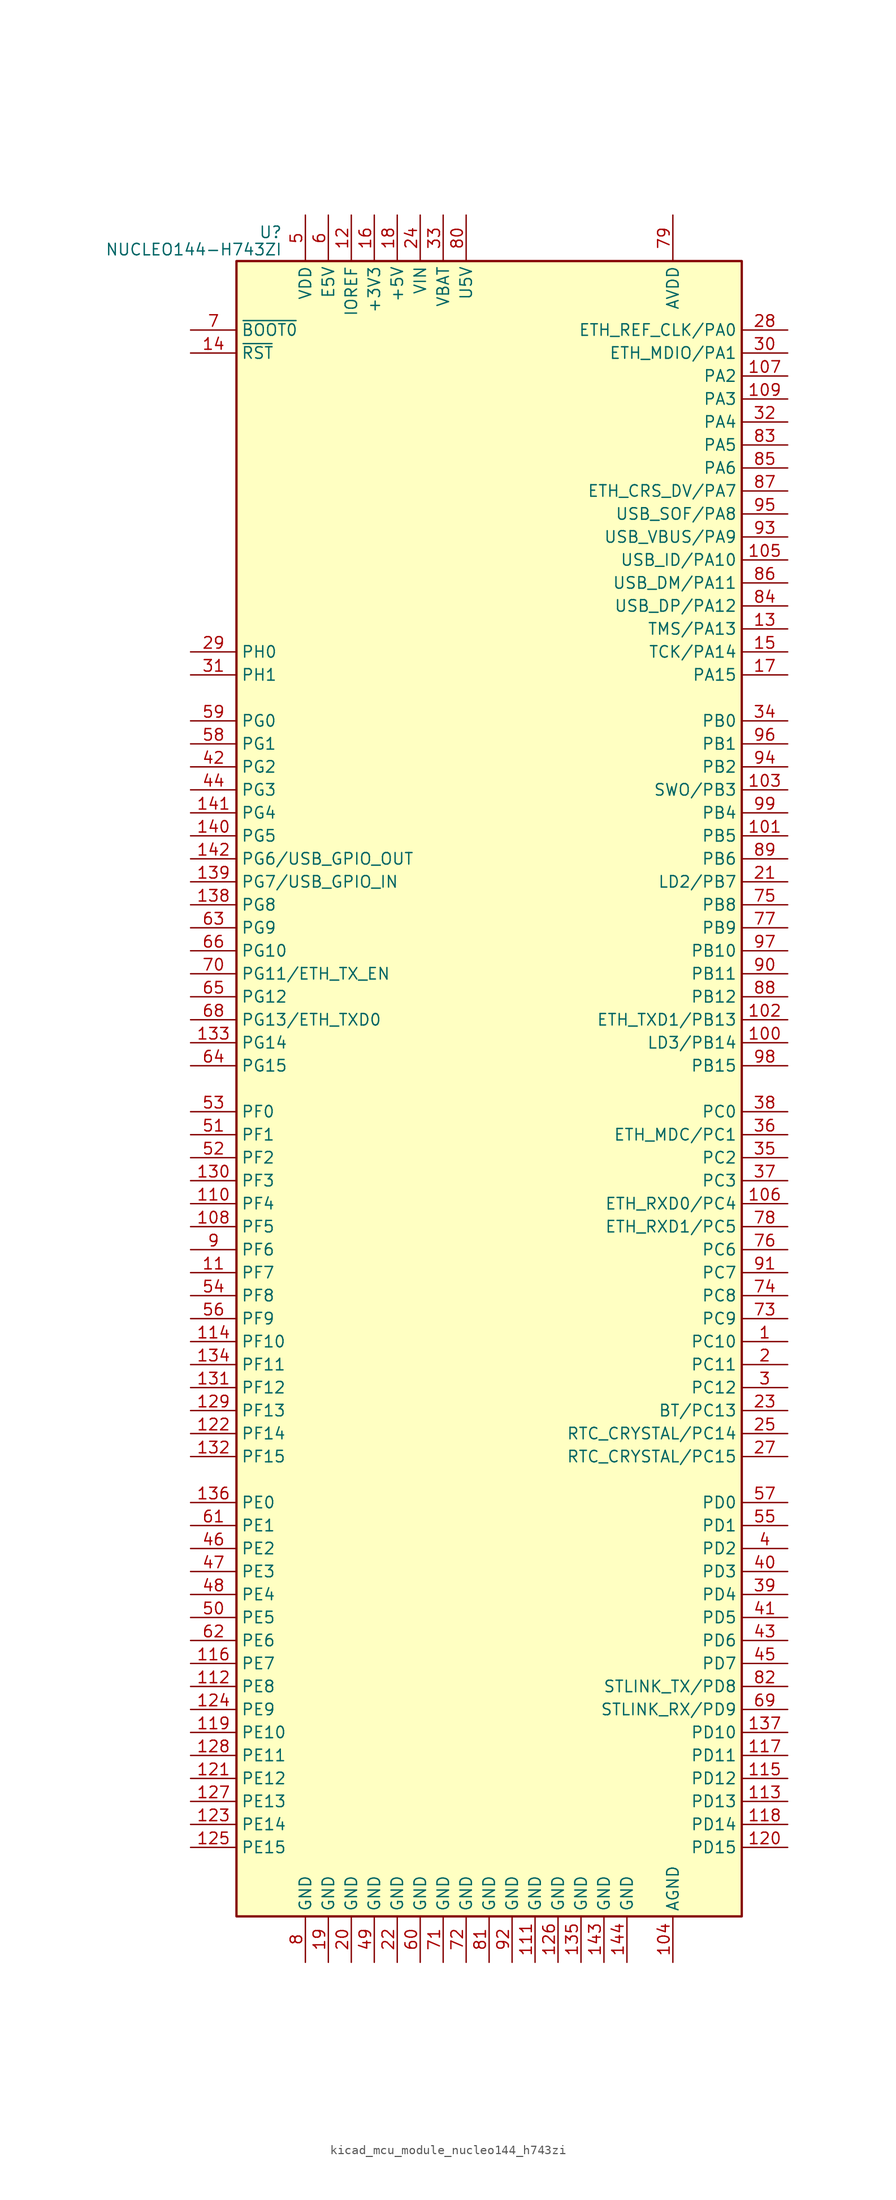
<source format=kicad_sym>
(kicad_symbol_lib
  (version 20220914)
  (generator kicad_symbol_editor)
  (symbol "kicad_mcu_module_nucleo144_h743zi"
    (property "Reference" "U"
      (at -22.86 94.615 0)
      (effects (font (size 1.27 1.27)) (justify right)))
    (property "Value" "NUCLEO144-H743ZI"
      (at -22.86 92.71 0)
      (effects (font (size 1.27 1.27)) (justify right)))
    (symbol "kicad_mcu_module_nucleo144_h743zi_0_1"
      (rectangle (start -27.94 -91.44) (end 27.94 91.44) (stroke (width 0.254) (type default)) (fill (type background))))
    (symbol "kicad_mcu_module_nucleo144_h743zi_1_1"
      (pin bidirectional line (at 33.02 -27.94 180) (length 5.08) (name "PC10" (effects (font (size 1.27 1.27)))) (number "1" (effects (font (size 1.27 1.27)))))
      (pin no_connect line (at -27.94 55.88 0) (length 5.08) hide (name "NC" (effects (font (size 1.27 1.27)))) (number "10" (effects (font (size 1.27 1.27)))))
      (pin bidirectional line (at 33.02 5.08 180) (length 5.08) (name "LD3/PB14" (effects (font (size 1.27 1.27)))) (number "100" (effects (font (size 1.27 1.27)))))
      (pin bidirectional line (at 33.02 27.94 180) (length 5.08) (name "PB5" (effects (font (size 1.27 1.27)))) (number "101" (effects (font (size 1.27 1.27)))))
      (pin bidirectional line (at 33.02 7.62 180) (length 5.08) (name "ETH_TXD1/PB13" (effects (font (size 1.27 1.27)))) (number "102" (effects (font (size 1.27 1.27)))))
      (pin bidirectional line (at 33.02 33.02 180) (length 5.08) (name "SWO/PB3" (effects (font (size 1.27 1.27)))) (number "103" (effects (font (size 1.27 1.27)))))
      (pin power_in line (at 20.32 -96.52 90) (length 5.08) (name "AGND" (effects (font (size 1.27 1.27)))) (number "104" (effects (font (size 1.27 1.27)))))
      (pin bidirectional line (at 33.02 58.42 180) (length 5.08) (name "USB_ID/PA10" (effects (font (size 1.27 1.27)))) (number "105" (effects (font (size 1.27 1.27)))))
      (pin bidirectional line (at 33.02 -12.7 180) (length 5.08) (name "ETH_RXD0/PC4" (effects (font (size 1.27 1.27)))) (number "106" (effects (font (size 1.27 1.27)))))
      (pin bidirectional line (at 33.02 78.74 180) (length 5.08) (name "PA2" (effects (font (size 1.27 1.27)))) (number "107" (effects (font (size 1.27 1.27)))))
      (pin bidirectional line (at -33.02 -15.24 0) (length 5.08) (name "PF5" (effects (font (size 1.27 1.27)))) (number "108" (effects (font (size 1.27 1.27)))))
      (pin bidirectional line (at 33.02 76.2 180) (length 5.08) (name "PA3" (effects (font (size 1.27 1.27)))) (number "109" (effects (font (size 1.27 1.27)))))
      (pin bidirectional line (at -33.02 -20.32 0) (length 5.08) (name "PF7" (effects (font (size 1.27 1.27)))) (number "11" (effects (font (size 1.27 1.27)))))
      (pin bidirectional line (at -33.02 -12.7 0) (length 5.08) (name "PF4" (effects (font (size 1.27 1.27)))) (number "110" (effects (font (size 1.27 1.27)))))
      (pin power_in line (at 5.08 -96.52 90) (length 5.08) (name "GND" (effects (font (size 1.27 1.27)))) (number "111" (effects (font (size 1.27 1.27)))))
      (pin bidirectional line (at -33.02 -66.04 0) (length 5.08) (name "PE8" (effects (font (size 1.27 1.27)))) (number "112" (effects (font (size 1.27 1.27)))))
      (pin bidirectional line (at 33.02 -78.74 180) (length 5.08) (name "PD13" (effects (font (size 1.27 1.27)))) (number "113" (effects (font (size 1.27 1.27)))))
      (pin bidirectional line (at -33.02 -27.94 0) (length 5.08) (name "PF10" (effects (font (size 1.27 1.27)))) (number "114" (effects (font (size 1.27 1.27)))))
      (pin bidirectional line (at 33.02 -76.2 180) (length 5.08) (name "PD12" (effects (font (size 1.27 1.27)))) (number "115" (effects (font (size 1.27 1.27)))))
      (pin bidirectional line (at -33.02 -63.5 0) (length 5.08) (name "PE7" (effects (font (size 1.27 1.27)))) (number "116" (effects (font (size 1.27 1.27)))))
      (pin bidirectional line (at 33.02 -73.66 180) (length 5.08) (name "PD11" (effects (font (size 1.27 1.27)))) (number "117" (effects (font (size 1.27 1.27)))))
      (pin bidirectional line (at 33.02 -81.28 180) (length 5.08) (name "PD14" (effects (font (size 1.27 1.27)))) (number "118" (effects (font (size 1.27 1.27)))))
      (pin bidirectional line (at -33.02 -71.12 0) (length 5.08) (name "PE10" (effects (font (size 1.27 1.27)))) (number "119" (effects (font (size 1.27 1.27)))))
      (pin power_in line (at -15.24 96.52 270) (length 5.08) (name "IOREF" (effects (font (size 1.27 1.27)))) (number "12" (effects (font (size 1.27 1.27)))))
      (pin bidirectional line (at 33.02 -83.82 180) (length 5.08) (name "PD15" (effects (font (size 1.27 1.27)))) (number "120" (effects (font (size 1.27 1.27)))))
      (pin bidirectional line (at -33.02 -76.2 0) (length 5.08) (name "PE12" (effects (font (size 1.27 1.27)))) (number "121" (effects (font (size 1.27 1.27)))))
      (pin bidirectional line (at -33.02 -38.1 0) (length 5.08) (name "PF14" (effects (font (size 1.27 1.27)))) (number "122" (effects (font (size 1.27 1.27)))))
      (pin bidirectional line (at -33.02 -81.28 0) (length 5.08) (name "PE14" (effects (font (size 1.27 1.27)))) (number "123" (effects (font (size 1.27 1.27)))))
      (pin bidirectional line (at -33.02 -68.58 0) (length 5.08) (name "PE9" (effects (font (size 1.27 1.27)))) (number "124" (effects (font (size 1.27 1.27)))))
      (pin bidirectional line (at -33.02 -83.82 0) (length 5.08) (name "PE15" (effects (font (size 1.27 1.27)))) (number "125" (effects (font (size 1.27 1.27)))))
      (pin power_in line (at 7.62 -96.52 90) (length 5.08) (name "GND" (effects (font (size 1.27 1.27)))) (number "126" (effects (font (size 1.27 1.27)))))
      (pin bidirectional line (at -33.02 -78.74 0) (length 5.08) (name "PE13" (effects (font (size 1.27 1.27)))) (number "127" (effects (font (size 1.27 1.27)))))
      (pin bidirectional line (at -33.02 -73.66 0) (length 5.08) (name "PE11" (effects (font (size 1.27 1.27)))) (number "128" (effects (font (size 1.27 1.27)))))
      (pin bidirectional line (at -33.02 -35.56 0) (length 5.08) (name "PF13" (effects (font (size 1.27 1.27)))) (number "129" (effects (font (size 1.27 1.27)))))
      (pin bidirectional line (at 33.02 50.8 180) (length 5.08) (name "TMS/PA13" (effects (font (size 1.27 1.27)))) (number "13" (effects (font (size 1.27 1.27)))))
      (pin bidirectional line (at -33.02 -10.16 0) (length 5.08) (name "PF3" (effects (font (size 1.27 1.27)))) (number "130" (effects (font (size 1.27 1.27)))))
      (pin bidirectional line (at -33.02 -33.02 0) (length 5.08) (name "PF12" (effects (font (size 1.27 1.27)))) (number "131" (effects (font (size 1.27 1.27)))))
      (pin bidirectional line (at -33.02 -40.64 0) (length 5.08) (name "PF15" (effects (font (size 1.27 1.27)))) (number "132" (effects (font (size 1.27 1.27)))))
      (pin bidirectional line (at -33.02 5.08 0) (length 5.08) (name "PG14" (effects (font (size 1.27 1.27)))) (number "133" (effects (font (size 1.27 1.27)))))
      (pin bidirectional line (at -33.02 -30.48 0) (length 5.08) (name "PF11" (effects (font (size 1.27 1.27)))) (number "134" (effects (font (size 1.27 1.27)))))
      (pin power_in line (at 10.16 -96.52 90) (length 5.08) (name "GND" (effects (font (size 1.27 1.27)))) (number "135" (effects (font (size 1.27 1.27)))))
      (pin bidirectional line (at -33.02 -45.72 0) (length 5.08) (name "PE0" (effects (font (size 1.27 1.27)))) (number "136" (effects (font (size 1.27 1.27)))))
      (pin bidirectional line (at 33.02 -71.12 180) (length 5.08) (name "PD10" (effects (font (size 1.27 1.27)))) (number "137" (effects (font (size 1.27 1.27)))))
      (pin bidirectional line (at -33.02 20.32 0) (length 5.08) (name "PG8" (effects (font (size 1.27 1.27)))) (number "138" (effects (font (size 1.27 1.27)))))
      (pin bidirectional line (at -33.02 22.86 0) (length 5.08) (name "PG7/USB_GPIO_IN" (effects (font (size 1.27 1.27)))) (number "139" (effects (font (size 1.27 1.27)))))
      (pin input line (at -33.02 81.28 0) (length 5.08) (name "~{RST}" (effects (font (size 1.27 1.27)))) (number "14" (effects (font (size 1.27 1.27)))))
      (pin bidirectional line (at -33.02 27.94 0) (length 5.08) (name "PG5" (effects (font (size 1.27 1.27)))) (number "140" (effects (font (size 1.27 1.27)))))
      (pin bidirectional line (at -33.02 30.48 0) (length 5.08) (name "PG4" (effects (font (size 1.27 1.27)))) (number "141" (effects (font (size 1.27 1.27)))))
      (pin bidirectional line (at -33.02 25.4 0) (length 5.08) (name "PG6/USB_GPIO_OUT" (effects (font (size 1.27 1.27)))) (number "142" (effects (font (size 1.27 1.27)))))
      (pin power_in line (at 12.7 -96.52 90) (length 5.08) (name "GND" (effects (font (size 1.27 1.27)))) (number "143" (effects (font (size 1.27 1.27)))))
      (pin power_in line (at 15.24 -96.52 90) (length 5.08) (name "GND" (effects (font (size 1.27 1.27)))) (number "144" (effects (font (size 1.27 1.27)))))
      (pin bidirectional line (at 33.02 48.26 180) (length 5.08) (name "TCK/PA14" (effects (font (size 1.27 1.27)))) (number "15" (effects (font (size 1.27 1.27)))))
      (pin power_in line (at -12.7 96.52 270) (length 5.08) (name "+3V3" (effects (font (size 1.27 1.27)))) (number "16" (effects (font (size 1.27 1.27)))))
      (pin bidirectional line (at 33.02 45.72 180) (length 5.08) (name "PA15" (effects (font (size 1.27 1.27)))) (number "17" (effects (font (size 1.27 1.27)))))
      (pin power_in line (at -10.16 96.52 270) (length 5.08) (name "+5V" (effects (font (size 1.27 1.27)))) (number "18" (effects (font (size 1.27 1.27)))))
      (pin power_in line (at -17.78 -96.52 90) (length 5.08) (name "GND" (effects (font (size 1.27 1.27)))) (number "19" (effects (font (size 1.27 1.27)))))
      (pin bidirectional line (at 33.02 -30.48 180) (length 5.08) (name "PC11" (effects (font (size 1.27 1.27)))) (number "2" (effects (font (size 1.27 1.27)))))
      (pin power_in line (at -15.24 -96.52 90) (length 5.08) (name "GND" (effects (font (size 1.27 1.27)))) (number "20" (effects (font (size 1.27 1.27)))))
      (pin bidirectional line (at 33.02 22.86 180) (length 5.08) (name "LD2/PB7" (effects (font (size 1.27 1.27)))) (number "21" (effects (font (size 1.27 1.27)))))
      (pin power_in line (at -10.16 -96.52 90) (length 5.08) (name "GND" (effects (font (size 1.27 1.27)))) (number "22" (effects (font (size 1.27 1.27)))))
      (pin bidirectional line (at 33.02 -35.56 180) (length 5.08) (name "BT/PC13" (effects (font (size 1.27 1.27)))) (number "23" (effects (font (size 1.27 1.27)))))
      (pin power_in line (at -7.62 96.52 270) (length 5.08) (name "VIN" (effects (font (size 1.27 1.27)))) (number "24" (effects (font (size 1.27 1.27)))))
      (pin bidirectional line (at 33.02 -38.1 180) (length 5.08) (name "RTC_CRYSTAL/PC14" (effects (font (size 1.27 1.27)))) (number "25" (effects (font (size 1.27 1.27)))))
      (pin no_connect line (at -27.94 58.42 0) (length 5.08) hide (name "NC" (effects (font (size 1.27 1.27)))) (number "26" (effects (font (size 1.27 1.27)))))
      (pin bidirectional line (at 33.02 -40.64 180) (length 5.08) (name "RTC_CRYSTAL/PC15" (effects (font (size 1.27 1.27)))) (number "27" (effects (font (size 1.27 1.27)))))
      (pin bidirectional line (at 33.02 83.82 180) (length 5.08) (name "ETH_REF_CLK/PA0" (effects (font (size 1.27 1.27)))) (number "28" (effects (font (size 1.27 1.27)))))
      (pin bidirectional line (at -33.02 48.26 0) (length 5.08) (name "PH0" (effects (font (size 1.27 1.27)))) (number "29" (effects (font (size 1.27 1.27)))))
      (pin bidirectional line (at 33.02 -33.02 180) (length 5.08) (name "PC12" (effects (font (size 1.27 1.27)))) (number "3" (effects (font (size 1.27 1.27)))))
      (pin bidirectional line (at 33.02 81.28 180) (length 5.08) (name "ETH_MDIO/PA1" (effects (font (size 1.27 1.27)))) (number "30" (effects (font (size 1.27 1.27)))))
      (pin bidirectional line (at -33.02 45.72 0) (length 5.08) (name "PH1" (effects (font (size 1.27 1.27)))) (number "31" (effects (font (size 1.27 1.27)))))
      (pin bidirectional line (at 33.02 73.66 180) (length 5.08) (name "PA4" (effects (font (size 1.27 1.27)))) (number "32" (effects (font (size 1.27 1.27)))))
      (pin power_in line (at -5.08 96.52 270) (length 5.08) (name "VBAT" (effects (font (size 1.27 1.27)))) (number "33" (effects (font (size 1.27 1.27)))))
      (pin bidirectional line (at 33.02 40.64 180) (length 5.08) (name "PB0" (effects (font (size 1.27 1.27)))) (number "34" (effects (font (size 1.27 1.27)))))
      (pin bidirectional line (at 33.02 -7.62 180) (length 5.08) (name "PC2" (effects (font (size 1.27 1.27)))) (number "35" (effects (font (size 1.27 1.27)))))
      (pin bidirectional line (at 33.02 -5.08 180) (length 5.08) (name "ETH_MDC/PC1" (effects (font (size 1.27 1.27)))) (number "36" (effects (font (size 1.27 1.27)))))
      (pin bidirectional line (at 33.02 -10.16 180) (length 5.08) (name "PC3" (effects (font (size 1.27 1.27)))) (number "37" (effects (font (size 1.27 1.27)))))
      (pin bidirectional line (at 33.02 -2.54 180) (length 5.08) (name "PC0" (effects (font (size 1.27 1.27)))) (number "38" (effects (font (size 1.27 1.27)))))
      (pin bidirectional line (at 33.02 -55.88 180) (length 5.08) (name "PD4" (effects (font (size 1.27 1.27)))) (number "39" (effects (font (size 1.27 1.27)))))
      (pin bidirectional line (at 33.02 -50.8 180) (length 5.08) (name "PD2" (effects (font (size 1.27 1.27)))) (number "4" (effects (font (size 1.27 1.27)))))
      (pin bidirectional line (at 33.02 -53.34 180) (length 5.08) (name "PD3" (effects (font (size 1.27 1.27)))) (number "40" (effects (font (size 1.27 1.27)))))
      (pin bidirectional line (at 33.02 -58.42 180) (length 5.08) (name "PD5" (effects (font (size 1.27 1.27)))) (number "41" (effects (font (size 1.27 1.27)))))
      (pin bidirectional line (at -33.02 35.56 0) (length 5.08) (name "PG2" (effects (font (size 1.27 1.27)))) (number "42" (effects (font (size 1.27 1.27)))))
      (pin bidirectional line (at 33.02 -60.96 180) (length 5.08) (name "PD6" (effects (font (size 1.27 1.27)))) (number "43" (effects (font (size 1.27 1.27)))))
      (pin bidirectional line (at -33.02 33.02 0) (length 5.08) (name "PG3" (effects (font (size 1.27 1.27)))) (number "44" (effects (font (size 1.27 1.27)))))
      (pin bidirectional line (at 33.02 -63.5 180) (length 5.08) (name "PD7" (effects (font (size 1.27 1.27)))) (number "45" (effects (font (size 1.27 1.27)))))
      (pin bidirectional line (at -33.02 -50.8 0) (length 5.08) (name "PE2" (effects (font (size 1.27 1.27)))) (number "46" (effects (font (size 1.27 1.27)))))
      (pin bidirectional line (at -33.02 -53.34 0) (length 5.08) (name "PE3" (effects (font (size 1.27 1.27)))) (number "47" (effects (font (size 1.27 1.27)))))
      (pin bidirectional line (at -33.02 -55.88 0) (length 5.08) (name "PE4" (effects (font (size 1.27 1.27)))) (number "48" (effects (font (size 1.27 1.27)))))
      (pin power_in line (at -12.7 -96.52 90) (length 5.08) (name "GND" (effects (font (size 1.27 1.27)))) (number "49" (effects (font (size 1.27 1.27)))))
      (pin power_in line (at -20.32 96.52 270) (length 5.08) (name "VDD" (effects (font (size 1.27 1.27)))) (number "5" (effects (font (size 1.27 1.27)))))
      (pin bidirectional line (at -33.02 -58.42 0) (length 5.08) (name "PE5" (effects (font (size 1.27 1.27)))) (number "50" (effects (font (size 1.27 1.27)))))
      (pin bidirectional line (at -33.02 -5.08 0) (length 5.08) (name "PF1" (effects (font (size 1.27 1.27)))) (number "51" (effects (font (size 1.27 1.27)))))
      (pin bidirectional line (at -33.02 -7.62 0) (length 5.08) (name "PF2" (effects (font (size 1.27 1.27)))) (number "52" (effects (font (size 1.27 1.27)))))
      (pin bidirectional line (at -33.02 -2.54 0) (length 5.08) (name "PF0" (effects (font (size 1.27 1.27)))) (number "53" (effects (font (size 1.27 1.27)))))
      (pin bidirectional line (at -33.02 -22.86 0) (length 5.08) (name "PF8" (effects (font (size 1.27 1.27)))) (number "54" (effects (font (size 1.27 1.27)))))
      (pin bidirectional line (at 33.02 -48.26 180) (length 5.08) (name "PD1" (effects (font (size 1.27 1.27)))) (number "55" (effects (font (size 1.27 1.27)))))
      (pin bidirectional line (at -33.02 -25.4 0) (length 5.08) (name "PF9" (effects (font (size 1.27 1.27)))) (number "56" (effects (font (size 1.27 1.27)))))
      (pin bidirectional line (at 33.02 -45.72 180) (length 5.08) (name "PD0" (effects (font (size 1.27 1.27)))) (number "57" (effects (font (size 1.27 1.27)))))
      (pin bidirectional line (at -33.02 38.1 0) (length 5.08) (name "PG1" (effects (font (size 1.27 1.27)))) (number "58" (effects (font (size 1.27 1.27)))))
      (pin bidirectional line (at -33.02 40.64 0) (length 5.08) (name "PG0" (effects (font (size 1.27 1.27)))) (number "59" (effects (font (size 1.27 1.27)))))
      (pin power_in line (at -17.78 96.52 270) (length 5.08) (name "E5V" (effects (font (size 1.27 1.27)))) (number "6" (effects (font (size 1.27 1.27)))))
      (pin power_in line (at -7.62 -96.52 90) (length 5.08) (name "GND" (effects (font (size 1.27 1.27)))) (number "60" (effects (font (size 1.27 1.27)))))
      (pin bidirectional line (at -33.02 -48.26 0) (length 5.08) (name "PE1" (effects (font (size 1.27 1.27)))) (number "61" (effects (font (size 1.27 1.27)))))
      (pin bidirectional line (at -33.02 -60.96 0) (length 5.08) (name "PE6" (effects (font (size 1.27 1.27)))) (number "62" (effects (font (size 1.27 1.27)))))
      (pin bidirectional line (at -33.02 17.78 0) (length 5.08) (name "PG9" (effects (font (size 1.27 1.27)))) (number "63" (effects (font (size 1.27 1.27)))))
      (pin bidirectional line (at -33.02 2.54 0) (length 5.08) (name "PG15" (effects (font (size 1.27 1.27)))) (number "64" (effects (font (size 1.27 1.27)))))
      (pin bidirectional line (at -33.02 10.16 0) (length 5.08) (name "PG12" (effects (font (size 1.27 1.27)))) (number "65" (effects (font (size 1.27 1.27)))))
      (pin bidirectional line (at -33.02 15.24 0) (length 5.08) (name "PG10" (effects (font (size 1.27 1.27)))) (number "66" (effects (font (size 1.27 1.27)))))
      (pin no_connect line (at -27.94 53.34 0) (length 5.08) hide (name "NC" (effects (font (size 1.27 1.27)))) (number "67" (effects (font (size 1.27 1.27)))))
      (pin bidirectional line (at -33.02 7.62 0) (length 5.08) (name "PG13/ETH_TXD0" (effects (font (size 1.27 1.27)))) (number "68" (effects (font (size 1.27 1.27)))))
      (pin bidirectional line (at 33.02 -68.58 180) (length 5.08) (name "STLINK_RX/PD9" (effects (font (size 1.27 1.27)))) (number "69" (effects (font (size 1.27 1.27)))))
      (pin input line (at -33.02 83.82 0) (length 5.08) (name "~{BOOT0}" (effects (font (size 1.27 1.27)))) (number "7" (effects (font (size 1.27 1.27)))))
      (pin bidirectional line (at -33.02 12.7 0) (length 5.08) (name "PG11/ETH_TX_EN" (effects (font (size 1.27 1.27)))) (number "70" (effects (font (size 1.27 1.27)))))
      (pin power_in line (at -5.08 -96.52 90) (length 5.08) (name "GND" (effects (font (size 1.27 1.27)))) (number "71" (effects (font (size 1.27 1.27)))))
      (pin power_in line (at -2.54 -96.52 90) (length 5.08) (name "GND" (effects (font (size 1.27 1.27)))) (number "72" (effects (font (size 1.27 1.27)))))
      (pin bidirectional line (at 33.02 -25.4 180) (length 5.08) (name "PC9" (effects (font (size 1.27 1.27)))) (number "73" (effects (font (size 1.27 1.27)))))
      (pin bidirectional line (at 33.02 -22.86 180) (length 5.08) (name "PC8" (effects (font (size 1.27 1.27)))) (number "74" (effects (font (size 1.27 1.27)))))
      (pin bidirectional line (at 33.02 20.32 180) (length 5.08) (name "PB8" (effects (font (size 1.27 1.27)))) (number "75" (effects (font (size 1.27 1.27)))))
      (pin bidirectional line (at 33.02 -17.78 180) (length 5.08) (name "PC6" (effects (font (size 1.27 1.27)))) (number "76" (effects (font (size 1.27 1.27)))))
      (pin bidirectional line (at 33.02 17.78 180) (length 5.08) (name "PB9" (effects (font (size 1.27 1.27)))) (number "77" (effects (font (size 1.27 1.27)))))
      (pin bidirectional line (at 33.02 -15.24 180) (length 5.08) (name "ETH_RXD1/PC5" (effects (font (size 1.27 1.27)))) (number "78" (effects (font (size 1.27 1.27)))))
      (pin power_in line (at 20.32 96.52 270) (length 5.08) (name "AVDD" (effects (font (size 1.27 1.27)))) (number "79" (effects (font (size 1.27 1.27)))))
      (pin power_in line (at -20.32 -96.52 90) (length 5.08) (name "GND" (effects (font (size 1.27 1.27)))) (number "8" (effects (font (size 1.27 1.27)))))
      (pin power_in line (at -2.54 96.52 270) (length 5.08) (name "U5V" (effects (font (size 1.27 1.27)))) (number "80" (effects (font (size 1.27 1.27)))))
      (pin power_in line (at 0 -96.52 90) (length 5.08) (name "GND" (effects (font (size 1.27 1.27)))) (number "81" (effects (font (size 1.27 1.27)))))
      (pin bidirectional line (at 33.02 -66.04 180) (length 5.08) (name "STLINK_TX/PD8" (effects (font (size 1.27 1.27)))) (number "82" (effects (font (size 1.27 1.27)))))
      (pin bidirectional line (at 33.02 71.12 180) (length 5.08) (name "PA5" (effects (font (size 1.27 1.27)))) (number "83" (effects (font (size 1.27 1.27)))))
      (pin bidirectional line (at 33.02 53.34 180) (length 5.08) (name "USB_DP/PA12" (effects (font (size 1.27 1.27)))) (number "84" (effects (font (size 1.27 1.27)))))
      (pin bidirectional line (at 33.02 68.58 180) (length 5.08) (name "PA6" (effects (font (size 1.27 1.27)))) (number "85" (effects (font (size 1.27 1.27)))))
      (pin bidirectional line (at 33.02 55.88 180) (length 5.08) (name "USB_DM/PA11" (effects (font (size 1.27 1.27)))) (number "86" (effects (font (size 1.27 1.27)))))
      (pin bidirectional line (at 33.02 66.04 180) (length 5.08) (name "ETH_CRS_DV/PA7" (effects (font (size 1.27 1.27)))) (number "87" (effects (font (size 1.27 1.27)))))
      (pin bidirectional line (at 33.02 10.16 180) (length 5.08) (name "PB12" (effects (font (size 1.27 1.27)))) (number "88" (effects (font (size 1.27 1.27)))))
      (pin bidirectional line (at 33.02 25.4 180) (length 5.08) (name "PB6" (effects (font (size 1.27 1.27)))) (number "89" (effects (font (size 1.27 1.27)))))
      (pin bidirectional line (at -33.02 -17.78 0) (length 5.08) (name "PF6" (effects (font (size 1.27 1.27)))) (number "9" (effects (font (size 1.27 1.27)))))
      (pin bidirectional line (at 33.02 12.7 180) (length 5.08) (name "PB11" (effects (font (size 1.27 1.27)))) (number "90" (effects (font (size 1.27 1.27)))))
      (pin bidirectional line (at 33.02 -20.32 180) (length 5.08) (name "PC7" (effects (font (size 1.27 1.27)))) (number "91" (effects (font (size 1.27 1.27)))))
      (pin power_in line (at 2.54 -96.52 90) (length 5.08) (name "GND" (effects (font (size 1.27 1.27)))) (number "92" (effects (font (size 1.27 1.27)))))
      (pin bidirectional line (at 33.02 60.96 180) (length 5.08) (name "USB_VBUS/PA9" (effects (font (size 1.27 1.27)))) (number "93" (effects (font (size 1.27 1.27)))))
      (pin bidirectional line (at 33.02 35.56 180) (length 5.08) (name "PB2" (effects (font (size 1.27 1.27)))) (number "94" (effects (font (size 1.27 1.27)))))
      (pin bidirectional line (at 33.02 63.5 180) (length 5.08) (name "USB_SOF/PA8" (effects (font (size 1.27 1.27)))) (number "95" (effects (font (size 1.27 1.27)))))
      (pin bidirectional line (at 33.02 38.1 180) (length 5.08) (name "PB1" (effects (font (size 1.27 1.27)))) (number "96" (effects (font (size 1.27 1.27)))))
      (pin bidirectional line (at 33.02 15.24 180) (length 5.08) (name "PB10" (effects (font (size 1.27 1.27)))) (number "97" (effects (font (size 1.27 1.27)))))
      (pin bidirectional line (at 33.02 2.54 180) (length 5.08) (name "PB15" (effects (font (size 1.27 1.27)))) (number "98" (effects (font (size 1.27 1.27)))))
      (pin bidirectional line (at 33.02 30.48 180) (length 5.08) (name "PB4" (effects (font (size 1.27 1.27)))) (number "99" (effects (font (size 1.27 1.27))))))))
</source>
